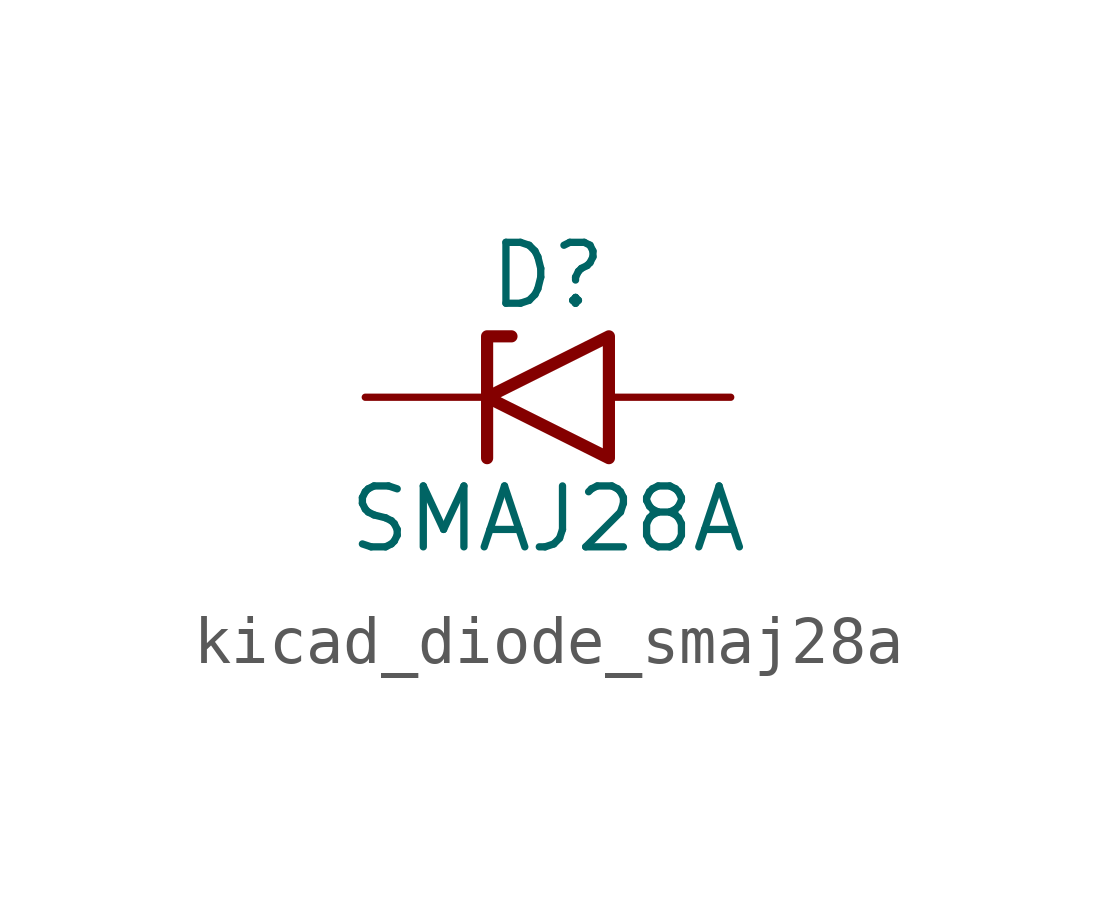
<source format=kicad_sym>
(kicad_symbol_lib
  (version 20220914)
  (generator kicad_symbol_editor)
  (symbol "kicad_diode_smaj28a"
    (pin_numbers hide)
    (pin_names
      (offset 1.016) hide)
    (property "Reference" "D"
      (at 0 2.54 0)
      (effects (font (size 1.27 1.27))))
    (property "Value" "SMAJ28A"
      (at 0 -2.54 0)
      (effects (font (size 1.27 1.27))))
    (symbol "kicad_diode_smaj28a_0_1"
      (polyline (pts (xy -0.762 1.27) (xy -1.27 1.27) (xy -1.27 -1.27)) (stroke (width 0.254) (type default)) (fill (type none)))
      (polyline (pts (xy 1.27 1.27) (xy 1.27 -1.27) (xy -1.27 0) (xy 1.27 1.27)) (stroke (width 0.254) (type default)) (fill (type none))))
    (symbol "kicad_diode_smaj28a_1_1"
      (pin passive line (at -3.81 0 0) (length 2.54) (name "A1" (effects (font (size 1.27 1.27)))) (number "1" (effects (font (size 1.27 1.27)))))
      (pin passive line (at 3.81 0 180) (length 2.54) (name "A2" (effects (font (size 1.27 1.27)))) (number "2" (effects (font (size 1.27 1.27))))))))
</source>
